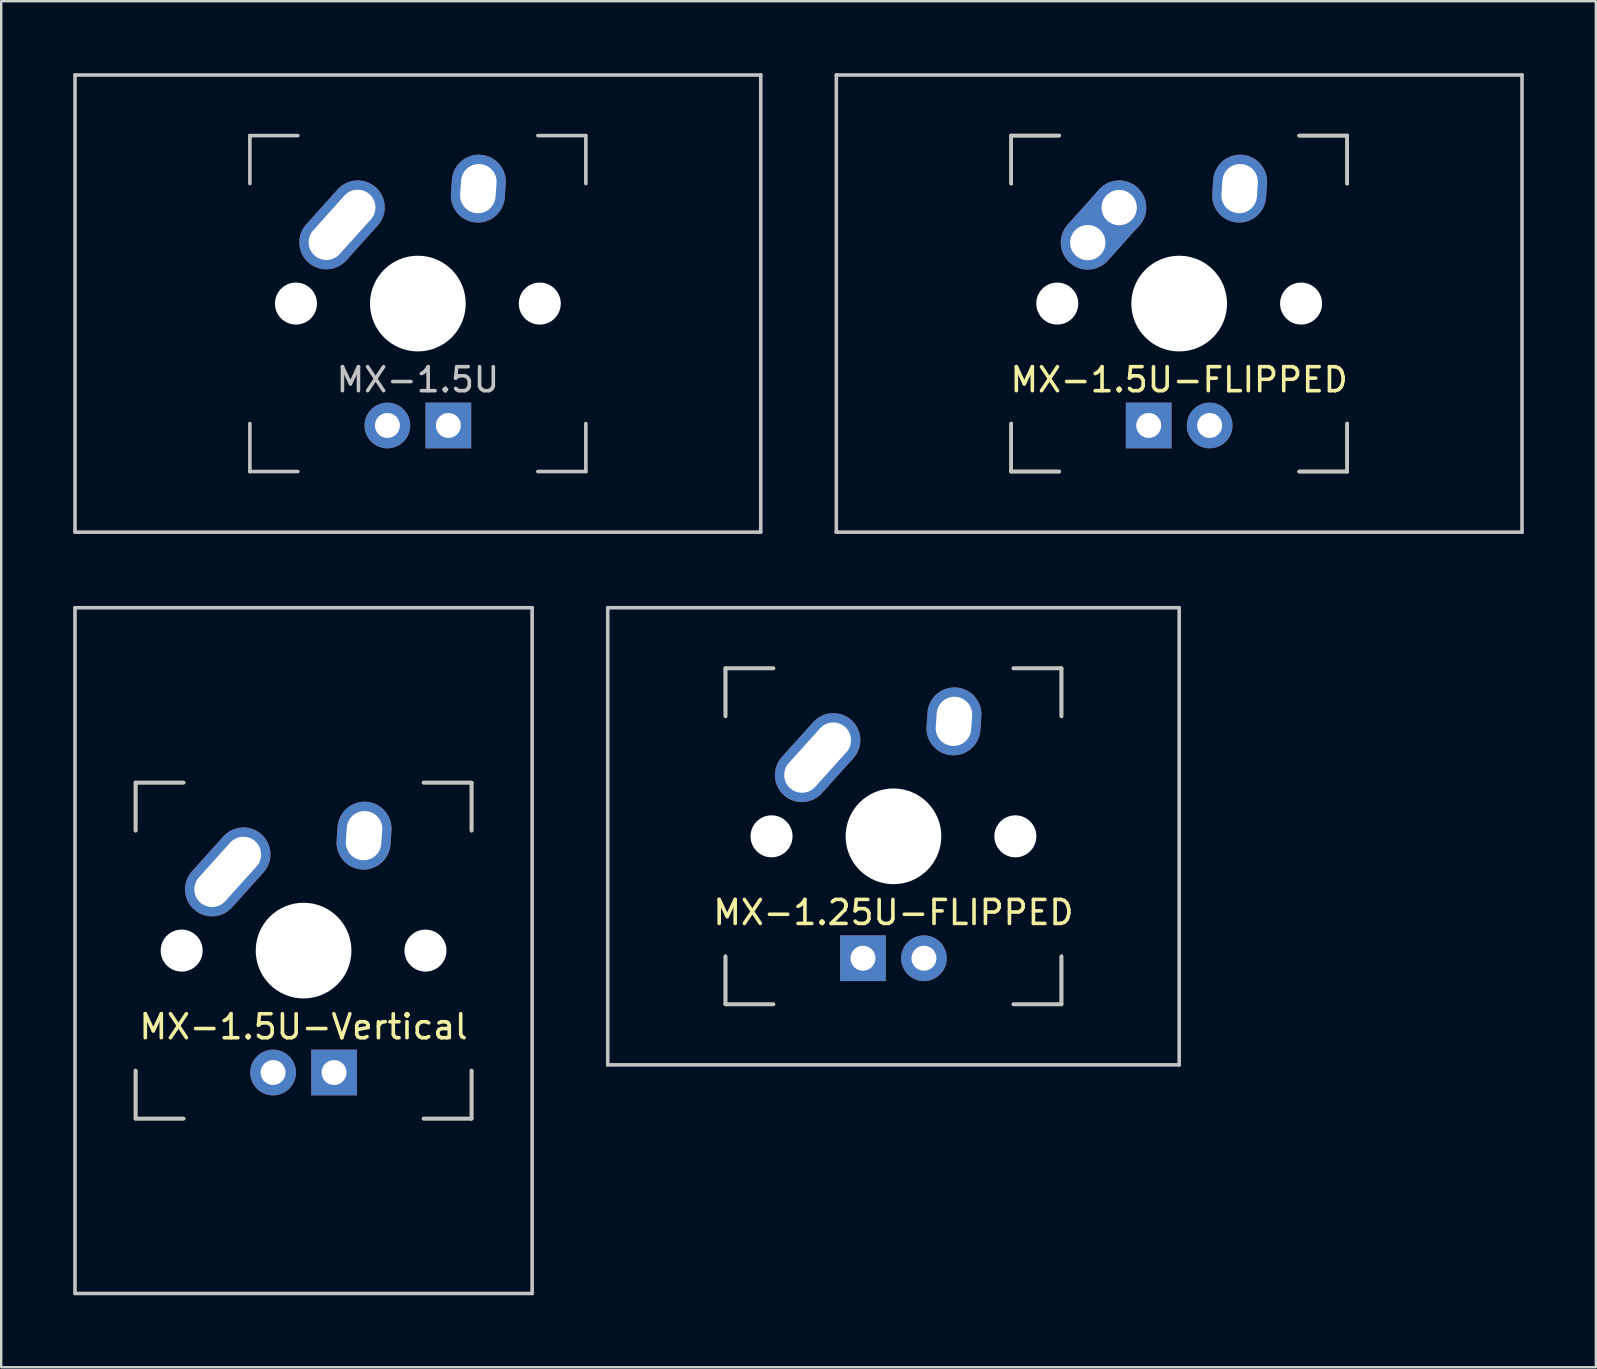
<source format=kicad_pcb>
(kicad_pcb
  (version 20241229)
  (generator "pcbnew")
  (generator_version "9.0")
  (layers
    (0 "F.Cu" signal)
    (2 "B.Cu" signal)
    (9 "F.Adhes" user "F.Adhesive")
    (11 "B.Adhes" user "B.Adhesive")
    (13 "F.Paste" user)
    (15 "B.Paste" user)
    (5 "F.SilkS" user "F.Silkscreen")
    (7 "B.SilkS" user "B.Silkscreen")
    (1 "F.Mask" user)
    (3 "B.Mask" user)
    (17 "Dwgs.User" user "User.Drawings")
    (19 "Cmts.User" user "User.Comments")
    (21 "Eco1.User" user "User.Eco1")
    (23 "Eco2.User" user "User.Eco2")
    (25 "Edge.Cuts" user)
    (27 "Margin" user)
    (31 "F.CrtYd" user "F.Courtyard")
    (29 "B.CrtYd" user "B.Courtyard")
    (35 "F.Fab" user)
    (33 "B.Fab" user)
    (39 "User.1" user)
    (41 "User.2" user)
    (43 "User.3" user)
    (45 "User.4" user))
  (footprint "MX-1.5U"
    (layer "F.Cu")
    (at 14.363 9.6)
    (property "Reference" "MX-1.5U" (at 0 3.175 0) (layer "Dwgs.User") (effects (font (size 1 1) (thickness 0.15))))
    (attr through_hole)
    (fp_line (start -14.287 -9.525) (end 14.287 -9.525) (stroke (width 0.15) (type solid)) (layer "Dwgs.User"))
    (fp_line (start -14.287 9.525) (end -14.287 -9.525) (stroke (width 0.15) (type solid)) (layer "Dwgs.User"))
    (fp_line (start -7 -7) (end -7 -5) (stroke (width 0.15) (type solid)) (layer "Dwgs.User"))
    (fp_line (start -7 5) (end -7 7) (stroke (width 0.15) (type solid)) (layer "Dwgs.User"))
    (fp_line (start -7 7) (end -5 7) (stroke (width 0.15) (type solid)) (layer "Dwgs.User"))
    (fp_line (start -5 -7) (end -7 -7) (stroke (width 0.15) (type solid)) (layer "Dwgs.User"))
    (fp_line (start 5 -7) (end 7 -7) (stroke (width 0.15) (type solid)) (layer "Dwgs.User"))
    (fp_line (start 5 7) (end 7 7) (stroke (width 0.15) (type solid)) (layer "Dwgs.User"))
    (fp_line (start 7 -7) (end 7 -5) (stroke (width 0.15) (type solid)) (layer "Dwgs.User"))
    (fp_line (start 7 7) (end 7 5) (stroke (width 0.15) (type solid)) (layer "Dwgs.User"))
    (fp_line (start 14.287 -9.525) (end 14.287 9.525) (stroke (width 0.15) (type solid)) (layer "Dwgs.User"))
    (fp_line (start 14.287 9.525) (end -14.287 9.525) (stroke (width 0.15) (type solid)) (layer "Dwgs.User"))
    (pad "" np_thru_hole circle (at -5.08 0 48.1) (size 1.75 1.75) (drill 1.75) (layers "*.Cu" "*.Mask"))
    (pad "" np_thru_hole circle (at 0 0) (size 3.988 3.988) (drill 3.988) (layers "*.Cu" "*.Mask"))
    (pad "" np_thru_hole circle (at 5.08 0 48.1) (size 1.75 1.75) (drill 1.75) (layers "*.Cu" "*.Mask"))
    (pad "1" thru_hole oval (at -3.16 -3.28 48) (size 4.21 2.25) (drill oval 3.43 1.48) (layers "*.Cu" "B.Mask"))
    (pad "2" thru_hole oval (at 2.52 -4.79 86) (size 2.831 2.25) (drill oval 2.051 1.48) (layers "*.Cu" "B.Mask"))
    (pad "3" thru_hole circle (at -1.27 5.08) (size 1.905 1.905) (drill 1.04) (layers "*.Cu" "B.Mask"))
    (pad "4" thru_hole rect (at 1.27 5.08) (size 1.905 1.905) (drill 1.04) (layers "*.Cu" "B.Mask")))
  (footprint "MX-1.25U-FLIPPED"
    (layer "F.Cu")
    (at 34.181 31.8)
    (property "Reference" "MX-1.25U-FLIPPED" (at 0 3.175 0) (layer "F.SilkS") (effects (font (size 1 1) (thickness 0.15))))
    (attr through_hole)
    (fp_line (start -7 -7) (end -7 -5) (stroke (width 0.15) (type solid)) (layer "F.SilkS"))
    (fp_line (start -7 5) (end -7 7) (stroke (width 0.15) (type solid)) (layer "F.SilkS"))
    (fp_line (start -7 7) (end -5 7) (stroke (width 0.15) (type solid)) (layer "F.SilkS"))
    (fp_line (start -5 -7) (end -7 -7) (stroke (width 0.15) (type solid)) (layer "F.SilkS"))
    (fp_line (start 5 -7) (end 7 -7) (stroke (width 0.15) (type solid)) (layer "F.SilkS"))
    (fp_line (start 5 7) (end 7 7) (stroke (width 0.15) (type solid)) (layer "F.SilkS"))
    (fp_line (start 7 -7) (end 7 -5) (stroke (width 0.15) (type solid)) (layer "F.SilkS"))
    (fp_line (start 7 7) (end 7 5) (stroke (width 0.15) (type solid)) (layer "F.SilkS"))
    (fp_line (start -11.906 -9.525) (end 11.906 -9.525) (stroke (width 0.15) (type solid)) (layer "Dwgs.User"))
    (fp_line (start -11.906 9.525) (end -11.906 -9.525) (stroke (width 0.15) (type solid)) (layer "Dwgs.User"))
    (fp_line (start -7 -7) (end -7 -5) (stroke (width 0.15) (type solid)) (layer "Dwgs.User"))
    (fp_line (start -7 5) (end -7 7) (stroke (width 0.15) (type solid)) (layer "Dwgs.User"))
    (fp_line (start -7 7) (end -5 7) (stroke (width 0.15) (type solid)) (layer "Dwgs.User"))
    (fp_line (start -5 -7) (end -7 -7) (stroke (width 0.15) (type solid)) (layer "Dwgs.User"))
    (fp_line (start 5 -7) (end 7 -7) (stroke (width 0.15) (type solid)) (layer "Dwgs.User"))
    (fp_line (start 5 7) (end 7 7) (stroke (width 0.15) (type solid)) (layer "Dwgs.User"))
    (fp_line (start 7 -7) (end 7 -5) (stroke (width 0.15) (type solid)) (layer "Dwgs.User"))
    (fp_line (start 7 7) (end 7 5) (stroke (width 0.15) (type solid)) (layer "Dwgs.User"))
    (fp_line (start 11.906 -9.525) (end 11.906 9.525) (stroke (width 0.15) (type solid)) (layer "Dwgs.User"))
    (fp_line (start 11.906 9.525) (end -11.906 9.525) (stroke (width 0.15) (type solid)) (layer "Dwgs.User"))
    (pad "" np_thru_hole circle (at -5.08 0 48.1) (size 1.75 1.75) (drill 1.75) (layers "*.Cu" "*.Mask"))
    (pad "" np_thru_hole circle (at 0 0) (size 3.988 3.988) (drill 3.988) (layers "*.Cu" "*.Mask"))
    (pad "" np_thru_hole circle (at 5.08 0 48.1) (size 1.75 1.75) (drill 1.75) (layers "*.Cu" "*.Mask"))
    (pad "1" thru_hole oval (at -3.16 -3.28 48) (size 4.21 2.25) (drill oval 3.43 1.48) (layers "*.Cu" "B.Mask"))
    (pad "2" thru_hole oval (at 2.52 -4.79 86) (size 2.831 2.25) (drill oval 2.051 1.48) (layers "*.Cu" "B.Mask"))
    (pad "3" thru_hole circle (at 1.27 5.08) (size 1.905 1.905) (drill 1.04) (layers "*.Cu" "B.Mask"))
    (pad "4" thru_hole rect (at -1.27 5.08) (size 1.905 1.905) (drill 1.04) (layers "*.Cu" "B.Mask")))
  (footprint "MX-1.5U-FLIPPED"
    (layer "F.Cu")
    (at 46.087 9.6)
    (property "Reference" "MX-1.5U-FLIPPED" (at 0 3.175 0) (layer "F.SilkS") (effects (font (size 1 1) (thickness 0.15))))
    (attr through_hole)
    (fp_line (start -7 -7) (end -7 -5) (stroke (width 0.15) (type solid)) (layer "F.SilkS"))
    (fp_line (start -7 5) (end -7 7) (stroke (width 0.15) (type solid)) (layer "F.SilkS"))
    (fp_line (start -7 7) (end -5 7) (stroke (width 0.15) (type solid)) (layer "F.SilkS"))
    (fp_line (start -5 -7) (end -7 -7) (stroke (width 0.15) (type solid)) (layer "F.SilkS"))
    (fp_line (start 5 -7) (end 7 -7) (stroke (width 0.15) (type solid)) (layer "F.SilkS"))
    (fp_line (start 5 7) (end 7 7) (stroke (width 0.15) (type solid)) (layer "F.SilkS"))
    (fp_line (start 7 -7) (end 7 -5) (stroke (width 0.15) (type solid)) (layer "F.SilkS"))
    (fp_line (start 7 7) (end 7 5) (stroke (width 0.15) (type solid)) (layer "F.SilkS"))
    (fp_line (start -14.287 -9.525) (end 14.287 -9.525) (stroke (width 0.15) (type solid)) (layer "Dwgs.User"))
    (fp_line (start -14.287 9.525) (end -14.287 -9.525) (stroke (width 0.15) (type solid)) (layer "Dwgs.User"))
    (fp_line (start -7 -7) (end -7 -5) (stroke (width 0.15) (type solid)) (layer "Dwgs.User"))
    (fp_line (start -7 5) (end -7 7) (stroke (width 0.15) (type solid)) (layer "Dwgs.User"))
    (fp_line (start -7 7) (end -5 7) (stroke (width 0.15) (type solid)) (layer "Dwgs.User"))
    (fp_line (start -5 -7) (end -7 -7) (stroke (width 0.15) (type solid)) (layer "Dwgs.User"))
    (fp_line (start 5 -7) (end 7 -7) (stroke (width 0.15) (type solid)) (layer "Dwgs.User"))
    (fp_line (start 5 7) (end 7 7) (stroke (width 0.15) (type solid)) (layer "Dwgs.User"))
    (fp_line (start 7 -7) (end 7 -5) (stroke (width 0.15) (type solid)) (layer "Dwgs.User"))
    (fp_line (start 7 7) (end 7 5) (stroke (width 0.15) (type solid)) (layer "Dwgs.User"))
    (fp_line (start 14.287 -9.525) (end 14.287 9.525) (stroke (width 0.15) (type solid)) (layer "Dwgs.User"))
    (fp_line (start 14.287 9.525) (end -14.287 9.525) (stroke (width 0.15) (type solid)) (layer "Dwgs.User"))
    (pad "" np_thru_hole circle (at -5.08 0 48.1) (size 1.75 1.75) (drill 1.75) (layers "*.Cu" "*.Mask"))
    (pad "" np_thru_hole circle (at 0 0) (size 3.988 3.988) (drill 3.988) (layers "*.Cu" "*.Mask"))
    (pad "" np_thru_hole circle (at 5.08 0 48.1) (size 1.75 1.75) (drill 1.75) (layers "*.Cu" "*.Mask"))
    (pad "1" thru_hole oval (at -3.81 -2.54 48.1) (size 4.212 2.25) (drill 1.47 (offset 0.981 0)) (layers "*.Cu" "*.Mask"))
    (pad "1" thru_hole circle (at -2.5 -4) (size 2.25 2.25) (drill 1.47) (layers "*.Cu" "*.Mask"))
    (pad "2" thru_hole oval (at 2.52 -4.79 86) (size 2.831 2.25) (drill oval 2.051 1.48) (layers "*.Cu" "*.Mask"))
    (pad "3" thru_hole circle (at 1.27 5.08) (size 1.905 1.905) (drill 1.04) (layers "*.Cu" "*.Mask"))
    (pad "4" thru_hole rect (at -1.27 5.08) (size 1.905 1.905) (drill 1.04) (layers "*.Cu" "*.Mask")))
  (footprint "MX-1.5U-Vertical"
    (layer "F.Cu")
    (at 9.6 36.562)
    (property "Reference" "MX-1.5U-Vertical" (at 0 3.175 0) (layer "F.SilkS") (effects (font (size 1 1) (thickness 0.15))))
    (attr through_hole)
    (fp_line (start -7 -7) (end -7 -5) (stroke (width 0.15) (type solid)) (layer "F.SilkS"))
    (fp_line (start -7 5) (end -7 7) (stroke (width 0.15) (type solid)) (layer "F.SilkS"))
    (fp_line (start -7 7) (end -5 7) (stroke (width 0.15) (type solid)) (layer "F.SilkS"))
    (fp_line (start -5 -7) (end -7 -7) (stroke (width 0.15) (type solid)) (layer "F.SilkS"))
    (fp_line (start 5 -7) (end 7 -7) (stroke (width 0.15) (type solid)) (layer "F.SilkS"))
    (fp_line (start 5 7) (end 7 7) (stroke (width 0.15) (type solid)) (layer "F.SilkS"))
    (fp_line (start 7 -7) (end 7 -5) (stroke (width 0.15) (type solid)) (layer "F.SilkS"))
    (fp_line (start 7 7) (end 7 5) (stroke (width 0.15) (type solid)) (layer "F.SilkS"))
    (fp_line (start -9.525 -14.287) (end -9.525 14.287) (stroke (width 0.15) (type solid)) (layer "Dwgs.User"))
    (fp_line (start -7 -7) (end -7 -5) (stroke (width 0.15) (type solid)) (layer "Dwgs.User"))
    (fp_line (start -7 5) (end -7 7) (stroke (width 0.15) (type solid)) (layer "Dwgs.User"))
    (fp_line (start -7 7) (end -5 7) (stroke (width 0.15) (type solid)) (layer "Dwgs.User"))
    (fp_line (start -5 -7) (end -7 -7) (stroke (width 0.15) (type solid)) (layer "Dwgs.User"))
    (fp_line (start 5 -7) (end 7 -7) (stroke (width 0.15) (type solid)) (layer "Dwgs.User"))
    (fp_line (start 5 7) (end 7 7) (stroke (width 0.15) (type solid)) (layer "Dwgs.User"))
    (fp_line (start 7 -7) (end 7 -5) (stroke (width 0.15) (type solid)) (layer "Dwgs.User"))
    (fp_line (start 7 7) (end 7 5) (stroke (width 0.15) (type solid)) (layer "Dwgs.User"))
    (fp_line (start 9.525 -14.287) (end -9.525 -14.287) (stroke (width 0.15) (type solid)) (layer "Dwgs.User"))
    (fp_line (start 9.525 -14.287) (end 9.525 14.287) (stroke (width 0.15) (type solid)) (layer "Dwgs.User"))
    (fp_line (start 9.525 14.287) (end -9.525 14.287) (stroke (width 0.15) (type solid)) (layer "Dwgs.User"))
    (pad "" np_thru_hole circle (at -5.08 0 48.1) (size 1.75 1.75) (drill 1.75) (layers "*.Cu" "*.Mask"))
    (pad "" np_thru_hole circle (at 0 0) (size 3.988 3.988) (drill 3.988) (layers "*.Cu" "*.Mask"))
    (pad "" np_thru_hole circle (at 5.08 0 48.1) (size 1.75 1.75) (drill 1.75) (layers "*.Cu" "*.Mask"))
    (pad "1" thru_hole oval (at -3.16 -3.28 48) (size 4.21 2.25) (drill oval 3.43 1.48) (layers "*.Cu" "*.Mask"))
    (pad "2" thru_hole oval (at 2.52 -4.79 86) (size 2.831 2.25) (drill oval 2.051 1.48) (layers "*.Cu" "*.Mask"))
    (pad "3" thru_hole circle (at -1.27 5.08) (size 1.905 1.905) (drill 1.04) (layers "*.Cu" "*.Mask"))
    (pad "4" thru_hole rect (at 1.27 5.08) (size 1.905 1.905) (drill 1.04) (layers "*.Cu" "*.Mask")))
  (gr_rect
    (start -3 -3)
    (end 63.45 53.925)
    (stroke (width 0.1) (type default))
    (fill no)
    (layer "Edge.Cuts")))
</source>
